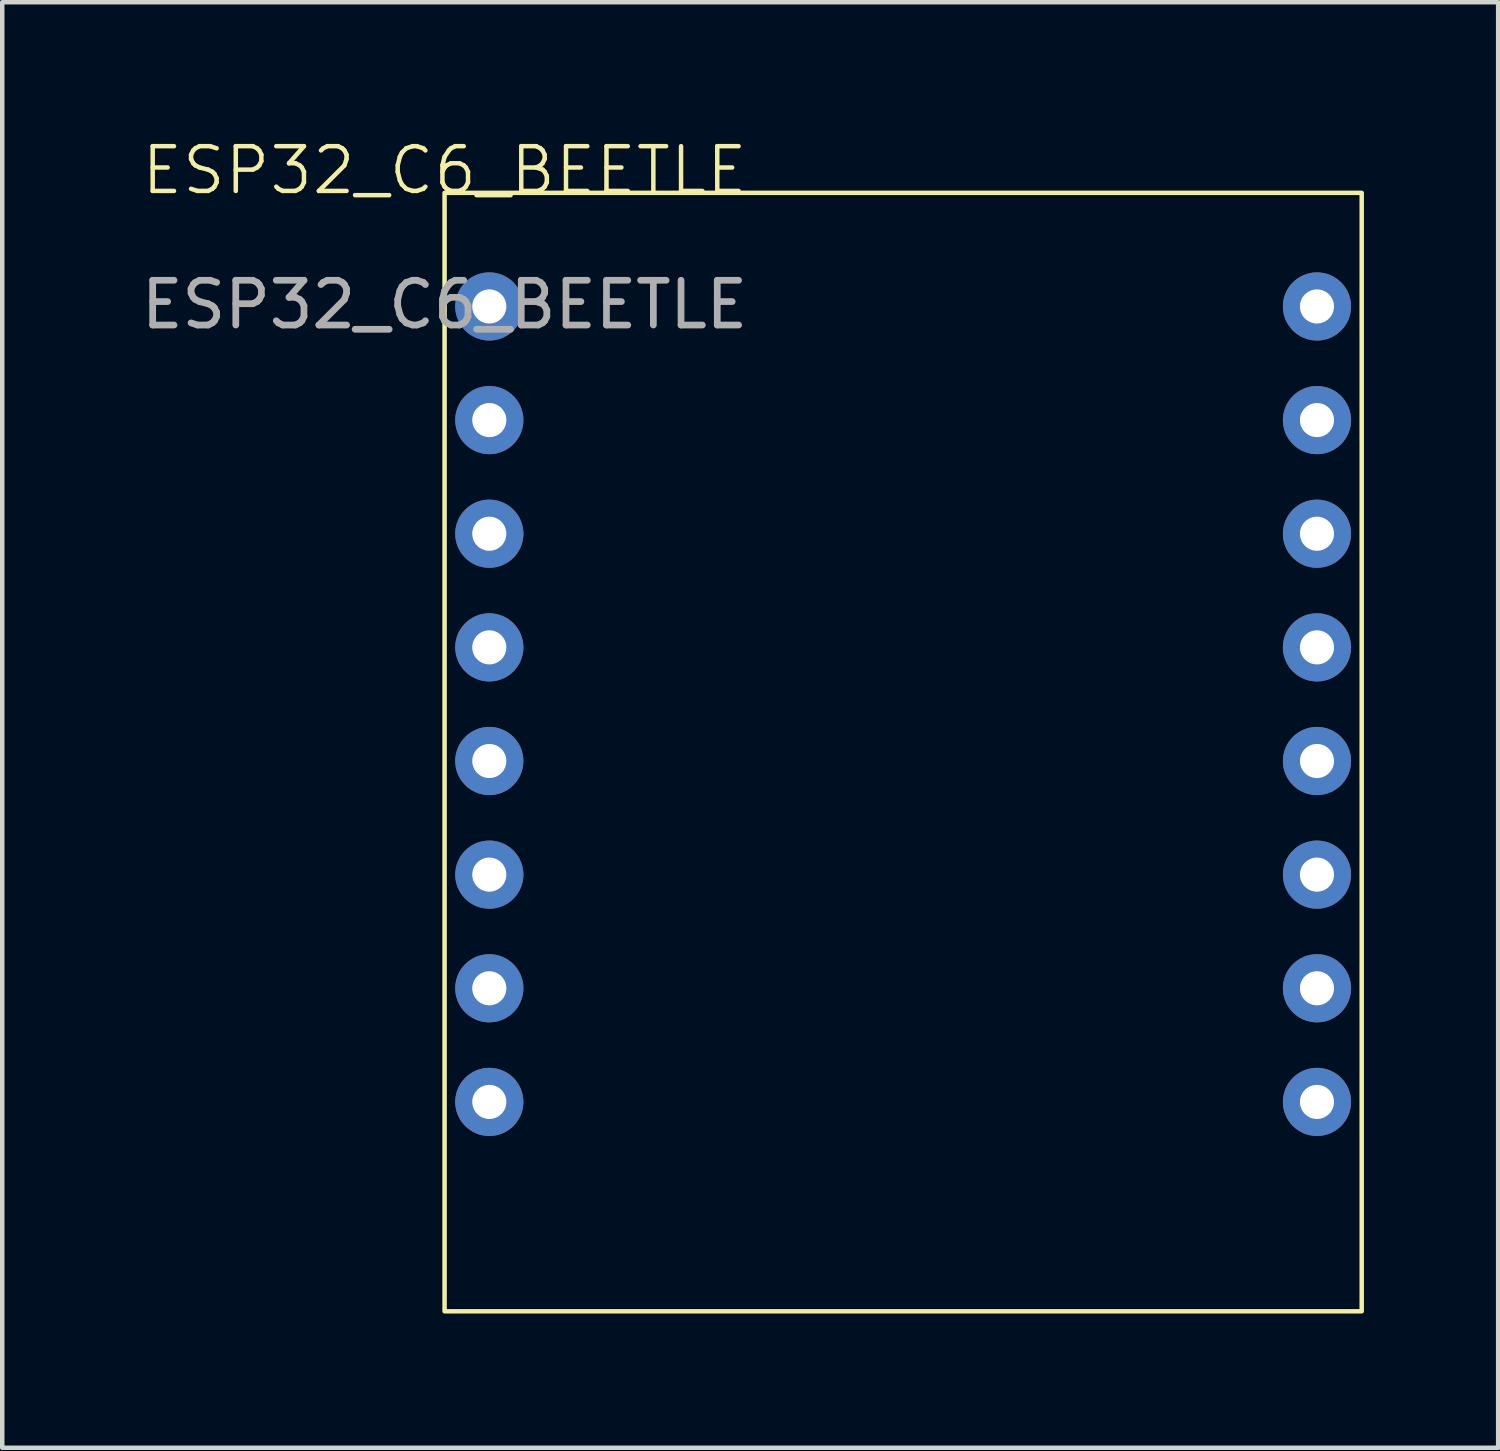
<source format=kicad_pcb>
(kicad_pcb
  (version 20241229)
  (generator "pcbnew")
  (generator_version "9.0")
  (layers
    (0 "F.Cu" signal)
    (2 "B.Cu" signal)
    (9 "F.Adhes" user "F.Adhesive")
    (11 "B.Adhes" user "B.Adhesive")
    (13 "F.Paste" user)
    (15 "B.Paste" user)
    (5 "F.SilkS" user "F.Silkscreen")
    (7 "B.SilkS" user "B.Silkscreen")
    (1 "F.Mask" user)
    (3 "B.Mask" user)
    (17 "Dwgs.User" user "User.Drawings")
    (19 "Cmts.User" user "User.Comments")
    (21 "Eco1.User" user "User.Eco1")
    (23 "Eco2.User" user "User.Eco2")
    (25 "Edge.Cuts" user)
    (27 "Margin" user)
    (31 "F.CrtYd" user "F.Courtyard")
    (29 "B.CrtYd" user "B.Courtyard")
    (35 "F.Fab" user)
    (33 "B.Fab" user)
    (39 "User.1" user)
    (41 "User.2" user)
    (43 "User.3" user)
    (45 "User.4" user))
  (footprint "ESP32_C6_BEETLE"
    (layer "F.Cu")
    (at 6.887 1.26)
    (property "Reference" "ESP32_C6_BEETLE" (at 0 -0.5 0) (unlocked yes) (layer "F.SilkS") (effects (font (size 1 1) (thickness 0.1))))
    (attr through_hole)
    (fp_rect (start 0 0) (end 20.5 25) (stroke (width 0.1) (type default)) (fill no) (layer "F.SilkS"))
    (fp_text user "${REFERENCE}" (at 0 2.5 0) (unlocked yes) (layer "F.Fab") (effects (font (size 1 1) (thickness 0.15))))
    (pad "1" thru_hole circle (at 1 2.54) (size 1.524 1.524) (drill 0.762) (layers "*.Cu" "*.Mask"))
    (pad "2" thru_hole circle (at 1 5.08) (size 1.524 1.524) (drill 0.762) (layers "*.Cu" "*.Mask"))
    (pad "3" thru_hole circle (at 1 7.62) (size 1.524 1.524) (drill 0.762) (layers "*.Cu" "*.Mask"))
    (pad "4" thru_hole circle (at 1 10.16) (size 1.524 1.524) (drill 0.762) (layers "*.Cu" "*.Mask"))
    (pad "5" thru_hole circle (at 1 12.7) (size 1.524 1.524) (drill 0.762) (layers "*.Cu" "*.Mask"))
    (pad "6" thru_hole circle (at 1 15.24) (size 1.524 1.524) (drill 0.762) (layers "*.Cu" "*.Mask"))
    (pad "7" thru_hole circle (at 1 17.78) (size 1.524 1.524) (drill 0.762) (layers "*.Cu" "*.Mask"))
    (pad "8" thru_hole circle (at 1 20.32) (size 1.524 1.524) (drill 0.762) (layers "*.Cu" "*.Mask"))
    (pad "9" thru_hole circle (at 19.5 2.54) (size 1.524 1.524) (drill 0.762) (layers "*.Cu" "*.Mask"))
    (pad "10" thru_hole circle (at 19.5 5.08) (size 1.524 1.524) (drill 0.762) (layers "*.Cu" "*.Mask"))
    (pad "11" thru_hole circle (at 19.5 7.62) (size 1.524 1.524) (drill 0.762) (layers "*.Cu" "*.Mask"))
    (pad "12" thru_hole circle (at 19.5 10.16) (size 1.524 1.524) (drill 0.762) (layers "*.Cu" "*.Mask"))
    (pad "13" thru_hole circle (at 19.5 12.7) (size 1.524 1.524) (drill 0.762) (layers "*.Cu" "*.Mask"))
    (pad "14" thru_hole circle (at 19.5 15.24) (size 1.524 1.524) (drill 0.762) (layers "*.Cu" "*.Mask"))
    (pad "15" thru_hole circle (at 19.5 17.78) (size 1.524 1.524) (drill 0.762) (layers "*.Cu" "*.Mask"))
    (pad "16" thru_hole circle (at 19.5 20.32) (size 1.524 1.524) (drill 0.762) (layers "*.Cu" "*.Mask")))
  (gr_rect
    (start -3 -3)
    (end 30.437 29.311)
    (stroke (width 0.1) (type default))
    (fill no)
    (layer "Edge.Cuts")))
</source>
